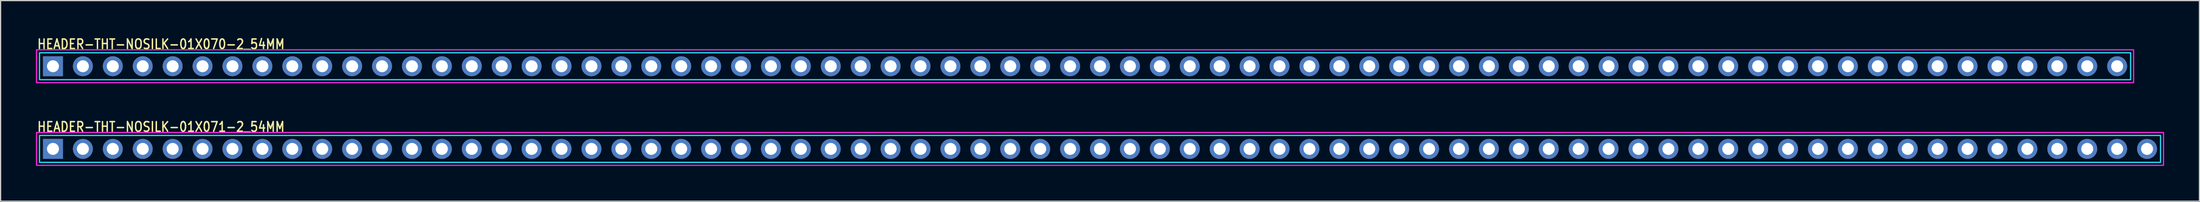
<source format=kicad_pcb>
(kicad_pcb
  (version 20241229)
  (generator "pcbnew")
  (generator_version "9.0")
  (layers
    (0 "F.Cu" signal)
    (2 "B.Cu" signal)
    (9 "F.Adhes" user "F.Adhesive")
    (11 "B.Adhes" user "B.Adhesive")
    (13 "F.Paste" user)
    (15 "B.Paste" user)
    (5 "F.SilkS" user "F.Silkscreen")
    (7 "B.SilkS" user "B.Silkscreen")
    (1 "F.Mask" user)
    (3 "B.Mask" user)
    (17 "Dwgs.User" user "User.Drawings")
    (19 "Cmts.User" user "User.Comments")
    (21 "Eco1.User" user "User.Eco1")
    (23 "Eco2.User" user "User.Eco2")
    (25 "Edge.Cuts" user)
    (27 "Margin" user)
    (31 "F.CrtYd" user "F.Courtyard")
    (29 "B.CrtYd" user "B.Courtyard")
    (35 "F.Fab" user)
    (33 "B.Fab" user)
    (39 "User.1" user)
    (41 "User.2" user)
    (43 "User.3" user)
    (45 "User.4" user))
  (footprint "HEADER-THT-NOSILK-01X071-2_54MM"
    (layer "F.Cu")
    (at 1.447 9.604)
    (property "Reference" "HEADER-THT-NOSILK-01X071-2_54MM" (at -1.4 -1.4 0) (unlocked yes) (layer "F.SilkS") (effects (font (size 0.813 0.695) (thickness 0.122)) (justify left bottom)))
    (fp_poly (pts (xy -1.143 -1.143) (xy 178.943 -1.143) (xy 178.943 1.143) (xy -1.143 1.143)) (stroke (width 0.1) (type solid)) (fill no) (layer "B.CrtYd"))
    (fp_poly (pts (xy -1.397 -1.397) (xy 179.197 -1.397) (xy 179.197 1.397) (xy -1.397 1.397)) (stroke (width 0.1) (type solid)) (fill no) (layer "F.CrtYd"))
    (pad "1" thru_hole rect (at 0 0) (size 1.693 1.693) (drill 1.016) (layers "*.Cu" "*.Mask"))
    (pad "2" thru_hole oval (at 2.54 0) (size 1.693 1.693) (drill 1.016) (layers "*.Cu" "*.Mask"))
    (pad "3" thru_hole oval (at 5.08 0) (size 1.693 1.693) (drill 1.016) (layers "*.Cu" "*.Mask"))
    (pad "4" thru_hole oval (at 7.62 0) (size 1.693 1.693) (drill 1.016) (layers "*.Cu" "*.Mask"))
    (pad "5" thru_hole oval (at 10.16 0) (size 1.693 1.693) (drill 1.016) (layers "*.Cu" "*.Mask"))
    (pad "6" thru_hole oval (at 12.7 0) (size 1.693 1.693) (drill 1.016) (layers "*.Cu" "*.Mask"))
    (pad "7" thru_hole oval (at 15.24 0) (size 1.693 1.693) (drill 1.016) (layers "*.Cu" "*.Mask"))
    (pad "8" thru_hole oval (at 17.78 0) (size 1.693 1.693) (drill 1.016) (layers "*.Cu" "*.Mask"))
    (pad "9" thru_hole oval (at 20.32 0) (size 1.693 1.693) (drill 1.016) (layers "*.Cu" "*.Mask"))
    (pad "10" thru_hole oval (at 22.86 0) (size 1.693 1.693) (drill 1.016) (layers "*.Cu" "*.Mask"))
    (pad "11" thru_hole oval (at 25.4 0) (size 1.693 1.693) (drill 1.016) (layers "*.Cu" "*.Mask"))
    (pad "12" thru_hole oval (at 27.94 0) (size 1.693 1.693) (drill 1.016) (layers "*.Cu" "*.Mask"))
    (pad "13" thru_hole oval (at 30.48 0) (size 1.693 1.693) (drill 1.016) (layers "*.Cu" "*.Mask"))
    (pad "14" thru_hole oval (at 33.02 0) (size 1.693 1.693) (drill 1.016) (layers "*.Cu" "*.Mask"))
    (pad "15" thru_hole oval (at 35.56 0) (size 1.693 1.693) (drill 1.016) (layers "*.Cu" "*.Mask"))
    (pad "16" thru_hole oval (at 38.1 0) (size 1.693 1.693) (drill 1.016) (layers "*.Cu" "*.Mask"))
    (pad "17" thru_hole oval (at 40.64 0) (size 1.693 1.693) (drill 1.016) (layers "*.Cu" "*.Mask"))
    (pad "18" thru_hole oval (at 43.18 0) (size 1.693 1.693) (drill 1.016) (layers "*.Cu" "*.Mask"))
    (pad "19" thru_hole oval (at 45.72 0) (size 1.693 1.693) (drill 1.016) (layers "*.Cu" "*.Mask"))
    (pad "20" thru_hole oval (at 48.26 0) (size 1.693 1.693) (drill 1.016) (layers "*.Cu" "*.Mask"))
    (pad "21" thru_hole oval (at 50.8 0) (size 1.693 1.693) (drill 1.016) (layers "*.Cu" "*.Mask"))
    (pad "22" thru_hole oval (at 53.34 0) (size 1.693 1.693) (drill 1.016) (layers "*.Cu" "*.Mask"))
    (pad "23" thru_hole oval (at 55.88 0) (size 1.693 1.693) (drill 1.016) (layers "*.Cu" "*.Mask"))
    (pad "24" thru_hole oval (at 58.42 0) (size 1.693 1.693) (drill 1.016) (layers "*.Cu" "*.Mask"))
    (pad "25" thru_hole oval (at 60.96 0) (size 1.693 1.693) (drill 1.016) (layers "*.Cu" "*.Mask"))
    (pad "26" thru_hole oval (at 63.5 0) (size 1.693 1.693) (drill 1.016) (layers "*.Cu" "*.Mask"))
    (pad "27" thru_hole oval (at 66.04 0) (size 1.693 1.693) (drill 1.016) (layers "*.Cu" "*.Mask"))
    (pad "28" thru_hole oval (at 68.58 0) (size 1.693 1.693) (drill 1.016) (layers "*.Cu" "*.Mask"))
    (pad "29" thru_hole oval (at 71.12 0) (size 1.693 1.693) (drill 1.016) (layers "*.Cu" "*.Mask"))
    (pad "30" thru_hole oval (at 73.66 0) (size 1.693 1.693) (drill 1.016) (layers "*.Cu" "*.Mask"))
    (pad "31" thru_hole oval (at 76.2 0) (size 1.693 1.693) (drill 1.016) (layers "*.Cu" "*.Mask"))
    (pad "32" thru_hole oval (at 78.74 0) (size 1.693 1.693) (drill 1.016) (layers "*.Cu" "*.Mask"))
    (pad "33" thru_hole oval (at 81.28 0) (size 1.693 1.693) (drill 1.016) (layers "*.Cu" "*.Mask"))
    (pad "34" thru_hole oval (at 83.82 0) (size 1.693 1.693) (drill 1.016) (layers "*.Cu" "*.Mask"))
    (pad "35" thru_hole oval (at 86.36 0) (size 1.693 1.693) (drill 1.016) (layers "*.Cu" "*.Mask"))
    (pad "36" thru_hole oval (at 88.9 0) (size 1.693 1.693) (drill 1.016) (layers "*.Cu" "*.Mask"))
    (pad "37" thru_hole oval (at 91.44 0) (size 1.693 1.693) (drill 1.016) (layers "*.Cu" "*.Mask"))
    (pad "38" thru_hole oval (at 93.98 0) (size 1.693 1.693) (drill 1.016) (layers "*.Cu" "*.Mask"))
    (pad "39" thru_hole oval (at 96.52 0) (size 1.693 1.693) (drill 1.016) (layers "*.Cu" "*.Mask"))
    (pad "40" thru_hole oval (at 99.06 0) (size 1.693 1.693) (drill 1.016) (layers "*.Cu" "*.Mask"))
    (pad "41" thru_hole oval (at 101.6 0) (size 1.693 1.693) (drill 1.016) (layers "*.Cu" "*.Mask"))
    (pad "42" thru_hole oval (at 104.14 0) (size 1.693 1.693) (drill 1.016) (layers "*.Cu" "*.Mask"))
    (pad "43" thru_hole oval (at 106.68 0) (size 1.693 1.693) (drill 1.016) (layers "*.Cu" "*.Mask"))
    (pad "44" thru_hole oval (at 109.22 0) (size 1.693 1.693) (drill 1.016) (layers "*.Cu" "*.Mask"))
    (pad "45" thru_hole oval (at 111.76 0) (size 1.693 1.693) (drill 1.016) (layers "*.Cu" "*.Mask"))
    (pad "46" thru_hole oval (at 114.3 0) (size 1.693 1.693) (drill 1.016) (layers "*.Cu" "*.Mask"))
    (pad "47" thru_hole oval (at 116.84 0) (size 1.693 1.693) (drill 1.016) (layers "*.Cu" "*.Mask"))
    (pad "48" thru_hole oval (at 119.38 0) (size 1.693 1.693) (drill 1.016) (layers "*.Cu" "*.Mask"))
    (pad "49" thru_hole oval (at 121.92 0) (size 1.693 1.693) (drill 1.016) (layers "*.Cu" "*.Mask"))
    (pad "50" thru_hole oval (at 124.46 0) (size 1.693 1.693) (drill 1.016) (layers "*.Cu" "*.Mask"))
    (pad "51" thru_hole oval (at 127 0) (size 1.693 1.693) (drill 1.016) (layers "*.Cu" "*.Mask"))
    (pad "52" thru_hole oval (at 129.54 0) (size 1.693 1.693) (drill 1.016) (layers "*.Cu" "*.Mask"))
    (pad "53" thru_hole oval (at 132.08 0) (size 1.693 1.693) (drill 1.016) (layers "*.Cu" "*.Mask"))
    (pad "54" thru_hole oval (at 134.62 0) (size 1.693 1.693) (drill 1.016) (layers "*.Cu" "*.Mask"))
    (pad "55" thru_hole oval (at 137.16 0) (size 1.693 1.693) (drill 1.016) (layers "*.Cu" "*.Mask"))
    (pad "56" thru_hole oval (at 139.7 0) (size 1.693 1.693) (drill 1.016) (layers "*.Cu" "*.Mask"))
    (pad "57" thru_hole oval (at 142.24 0) (size 1.693 1.693) (drill 1.016) (layers "*.Cu" "*.Mask"))
    (pad "58" thru_hole oval (at 144.78 0) (size 1.693 1.693) (drill 1.016) (layers "*.Cu" "*.Mask"))
    (pad "59" thru_hole oval (at 147.32 0) (size 1.693 1.693) (drill 1.016) (layers "*.Cu" "*.Mask"))
    (pad "60" thru_hole oval (at 149.86 0) (size 1.693 1.693) (drill 1.016) (layers "*.Cu" "*.Mask"))
    (pad "61" thru_hole oval (at 152.4 0) (size 1.693 1.693) (drill 1.016) (layers "*.Cu" "*.Mask"))
    (pad "62" thru_hole oval (at 154.94 0) (size 1.693 1.693) (drill 1.016) (layers "*.Cu" "*.Mask"))
    (pad "63" thru_hole oval (at 157.48 0) (size 1.693 1.693) (drill 1.016) (layers "*.Cu" "*.Mask"))
    (pad "64" thru_hole oval (at 160.02 0) (size 1.693 1.693) (drill 1.016) (layers "*.Cu" "*.Mask"))
    (pad "65" thru_hole oval (at 162.56 0) (size 1.693 1.693) (drill 1.016) (layers "*.Cu" "*.Mask"))
    (pad "66" thru_hole oval (at 165.1 0) (size 1.693 1.693) (drill 1.016) (layers "*.Cu" "*.Mask"))
    (pad "67" thru_hole oval (at 167.64 0) (size 1.693 1.693) (drill 1.016) (layers "*.Cu" "*.Mask"))
    (pad "68" thru_hole oval (at 170.18 0) (size 1.693 1.693) (drill 1.016) (layers "*.Cu" "*.Mask"))
    (pad "69" thru_hole oval (at 172.72 0) (size 1.693 1.693) (drill 1.016) (layers "*.Cu" "*.Mask"))
    (pad "70" thru_hole oval (at 175.26 0) (size 1.693 1.693) (drill 1.016) (layers "*.Cu" "*.Mask"))
    (pad "71" thru_hole oval (at 177.8 0) (size 1.693 1.693) (drill 1.016) (layers "*.Cu" "*.Mask")))
  (footprint "HEADER-THT-NOSILK-01X070-2_54MM"
    (layer "F.Cu")
    (at 1.447 2.579)
    (property "Reference" "HEADER-THT-NOSILK-01X070-2_54MM" (at -1.4 -1.4 0) (unlocked yes) (layer "F.SilkS") (effects (font (size 0.813 0.695) (thickness 0.122)) (justify left bottom)))
    (fp_poly (pts (xy -1.143 -1.143) (xy 176.403 -1.143) (xy 176.403 1.143) (xy -1.143 1.143)) (stroke (width 0.1) (type solid)) (fill no) (layer "B.CrtYd"))
    (fp_poly (pts (xy -1.397 -1.397) (xy 176.657 -1.397) (xy 176.657 1.397) (xy -1.397 1.397)) (stroke (width 0.1) (type solid)) (fill no) (layer "F.CrtYd"))
    (pad "1" thru_hole rect (at 0 0) (size 1.693 1.693) (drill 1.016) (layers "*.Cu" "*.Mask"))
    (pad "2" thru_hole oval (at 2.54 0) (size 1.693 1.693) (drill 1.016) (layers "*.Cu" "*.Mask"))
    (pad "3" thru_hole oval (at 5.08 0) (size 1.693 1.693) (drill 1.016) (layers "*.Cu" "*.Mask"))
    (pad "4" thru_hole oval (at 7.62 0) (size 1.693 1.693) (drill 1.016) (layers "*.Cu" "*.Mask"))
    (pad "5" thru_hole oval (at 10.16 0) (size 1.693 1.693) (drill 1.016) (layers "*.Cu" "*.Mask"))
    (pad "6" thru_hole oval (at 12.7 0) (size 1.693 1.693) (drill 1.016) (layers "*.Cu" "*.Mask"))
    (pad "7" thru_hole oval (at 15.24 0) (size 1.693 1.693) (drill 1.016) (layers "*.Cu" "*.Mask"))
    (pad "8" thru_hole oval (at 17.78 0) (size 1.693 1.693) (drill 1.016) (layers "*.Cu" "*.Mask"))
    (pad "9" thru_hole oval (at 20.32 0) (size 1.693 1.693) (drill 1.016) (layers "*.Cu" "*.Mask"))
    (pad "10" thru_hole oval (at 22.86 0) (size 1.693 1.693) (drill 1.016) (layers "*.Cu" "*.Mask"))
    (pad "11" thru_hole oval (at 25.4 0) (size 1.693 1.693) (drill 1.016) (layers "*.Cu" "*.Mask"))
    (pad "12" thru_hole oval (at 27.94 0) (size 1.693 1.693) (drill 1.016) (layers "*.Cu" "*.Mask"))
    (pad "13" thru_hole oval (at 30.48 0) (size 1.693 1.693) (drill 1.016) (layers "*.Cu" "*.Mask"))
    (pad "14" thru_hole oval (at 33.02 0) (size 1.693 1.693) (drill 1.016) (layers "*.Cu" "*.Mask"))
    (pad "15" thru_hole oval (at 35.56 0) (size 1.693 1.693) (drill 1.016) (layers "*.Cu" "*.Mask"))
    (pad "16" thru_hole oval (at 38.1 0) (size 1.693 1.693) (drill 1.016) (layers "*.Cu" "*.Mask"))
    (pad "17" thru_hole oval (at 40.64 0) (size 1.693 1.693) (drill 1.016) (layers "*.Cu" "*.Mask"))
    (pad "18" thru_hole oval (at 43.18 0) (size 1.693 1.693) (drill 1.016) (layers "*.Cu" "*.Mask"))
    (pad "19" thru_hole oval (at 45.72 0) (size 1.693 1.693) (drill 1.016) (layers "*.Cu" "*.Mask"))
    (pad "20" thru_hole oval (at 48.26 0) (size 1.693 1.693) (drill 1.016) (layers "*.Cu" "*.Mask"))
    (pad "21" thru_hole oval (at 50.8 0) (size 1.693 1.693) (drill 1.016) (layers "*.Cu" "*.Mask"))
    (pad "22" thru_hole oval (at 53.34 0) (size 1.693 1.693) (drill 1.016) (layers "*.Cu" "*.Mask"))
    (pad "23" thru_hole oval (at 55.88 0) (size 1.693 1.693) (drill 1.016) (layers "*.Cu" "*.Mask"))
    (pad "24" thru_hole oval (at 58.42 0) (size 1.693 1.693) (drill 1.016) (layers "*.Cu" "*.Mask"))
    (pad "25" thru_hole oval (at 60.96 0) (size 1.693 1.693) (drill 1.016) (layers "*.Cu" "*.Mask"))
    (pad "26" thru_hole oval (at 63.5 0) (size 1.693 1.693) (drill 1.016) (layers "*.Cu" "*.Mask"))
    (pad "27" thru_hole oval (at 66.04 0) (size 1.693 1.693) (drill 1.016) (layers "*.Cu" "*.Mask"))
    (pad "28" thru_hole oval (at 68.58 0) (size 1.693 1.693) (drill 1.016) (layers "*.Cu" "*.Mask"))
    (pad "29" thru_hole oval (at 71.12 0) (size 1.693 1.693) (drill 1.016) (layers "*.Cu" "*.Mask"))
    (pad "30" thru_hole oval (at 73.66 0) (size 1.693 1.693) (drill 1.016) (layers "*.Cu" "*.Mask"))
    (pad "31" thru_hole oval (at 76.2 0) (size 1.693 1.693) (drill 1.016) (layers "*.Cu" "*.Mask"))
    (pad "32" thru_hole oval (at 78.74 0) (size 1.693 1.693) (drill 1.016) (layers "*.Cu" "*.Mask"))
    (pad "33" thru_hole oval (at 81.28 0) (size 1.693 1.693) (drill 1.016) (layers "*.Cu" "*.Mask"))
    (pad "34" thru_hole oval (at 83.82 0) (size 1.693 1.693) (drill 1.016) (layers "*.Cu" "*.Mask"))
    (pad "35" thru_hole oval (at 86.36 0) (size 1.693 1.693) (drill 1.016) (layers "*.Cu" "*.Mask"))
    (pad "36" thru_hole oval (at 88.9 0) (size 1.693 1.693) (drill 1.016) (layers "*.Cu" "*.Mask"))
    (pad "37" thru_hole oval (at 91.44 0) (size 1.693 1.693) (drill 1.016) (layers "*.Cu" "*.Mask"))
    (pad "38" thru_hole oval (at 93.98 0) (size 1.693 1.693) (drill 1.016) (layers "*.Cu" "*.Mask"))
    (pad "39" thru_hole oval (at 96.52 0) (size 1.693 1.693) (drill 1.016) (layers "*.Cu" "*.Mask"))
    (pad "40" thru_hole oval (at 99.06 0) (size 1.693 1.693) (drill 1.016) (layers "*.Cu" "*.Mask"))
    (pad "41" thru_hole oval (at 101.6 0) (size 1.693 1.693) (drill 1.016) (layers "*.Cu" "*.Mask"))
    (pad "42" thru_hole oval (at 104.14 0) (size 1.693 1.693) (drill 1.016) (layers "*.Cu" "*.Mask"))
    (pad "43" thru_hole oval (at 106.68 0) (size 1.693 1.693) (drill 1.016) (layers "*.Cu" "*.Mask"))
    (pad "44" thru_hole oval (at 109.22 0) (size 1.693 1.693) (drill 1.016) (layers "*.Cu" "*.Mask"))
    (pad "45" thru_hole oval (at 111.76 0) (size 1.693 1.693) (drill 1.016) (layers "*.Cu" "*.Mask"))
    (pad "46" thru_hole oval (at 114.3 0) (size 1.693 1.693) (drill 1.016) (layers "*.Cu" "*.Mask"))
    (pad "47" thru_hole oval (at 116.84 0) (size 1.693 1.693) (drill 1.016) (layers "*.Cu" "*.Mask"))
    (pad "48" thru_hole oval (at 119.38 0) (size 1.693 1.693) (drill 1.016) (layers "*.Cu" "*.Mask"))
    (pad "49" thru_hole oval (at 121.92 0) (size 1.693 1.693) (drill 1.016) (layers "*.Cu" "*.Mask"))
    (pad "50" thru_hole oval (at 124.46 0) (size 1.693 1.693) (drill 1.016) (layers "*.Cu" "*.Mask"))
    (pad "51" thru_hole oval (at 127 0) (size 1.693 1.693) (drill 1.016) (layers "*.Cu" "*.Mask"))
    (pad "52" thru_hole oval (at 129.54 0) (size 1.693 1.693) (drill 1.016) (layers "*.Cu" "*.Mask"))
    (pad "53" thru_hole oval (at 132.08 0) (size 1.693 1.693) (drill 1.016) (layers "*.Cu" "*.Mask"))
    (pad "54" thru_hole oval (at 134.62 0) (size 1.693 1.693) (drill 1.016) (layers "*.Cu" "*.Mask"))
    (pad "55" thru_hole oval (at 137.16 0) (size 1.693 1.693) (drill 1.016) (layers "*.Cu" "*.Mask"))
    (pad "56" thru_hole oval (at 139.7 0) (size 1.693 1.693) (drill 1.016) (layers "*.Cu" "*.Mask"))
    (pad "57" thru_hole oval (at 142.24 0) (size 1.693 1.693) (drill 1.016) (layers "*.Cu" "*.Mask"))
    (pad "58" thru_hole oval (at 144.78 0) (size 1.693 1.693) (drill 1.016) (layers "*.Cu" "*.Mask"))
    (pad "59" thru_hole oval (at 147.32 0) (size 1.693 1.693) (drill 1.016) (layers "*.Cu" "*.Mask"))
    (pad "60" thru_hole oval (at 149.86 0) (size 1.693 1.693) (drill 1.016) (layers "*.Cu" "*.Mask"))
    (pad "61" thru_hole oval (at 152.4 0) (size 1.693 1.693) (drill 1.016) (layers "*.Cu" "*.Mask"))
    (pad "62" thru_hole oval (at 154.94 0) (size 1.693 1.693) (drill 1.016) (layers "*.Cu" "*.Mask"))
    (pad "63" thru_hole oval (at 157.48 0) (size 1.693 1.693) (drill 1.016) (layers "*.Cu" "*.Mask"))
    (pad "64" thru_hole oval (at 160.02 0) (size 1.693 1.693) (drill 1.016) (layers "*.Cu" "*.Mask"))
    (pad "65" thru_hole oval (at 162.56 0) (size 1.693 1.693) (drill 1.016) (layers "*.Cu" "*.Mask"))
    (pad "66" thru_hole oval (at 165.1 0) (size 1.693 1.693) (drill 1.016) (layers "*.Cu" "*.Mask"))
    (pad "67" thru_hole oval (at 167.64 0) (size 1.693 1.693) (drill 1.016) (layers "*.Cu" "*.Mask"))
    (pad "68" thru_hole oval (at 170.18 0) (size 1.693 1.693) (drill 1.016) (layers "*.Cu" "*.Mask"))
    (pad "69" thru_hole oval (at 172.72 0) (size 1.693 1.693) (drill 1.016) (layers "*.Cu" "*.Mask"))
    (pad "70" thru_hole oval (at 175.26 0) (size 1.693 1.693) (drill 1.016) (layers "*.Cu" "*.Mask")))
  (gr_rect
    (start -3 -3)
    (end 183.694 14.051)
    (stroke (width 0.1) (type default))
    (fill no)
    (layer "Edge.Cuts")))
</source>
